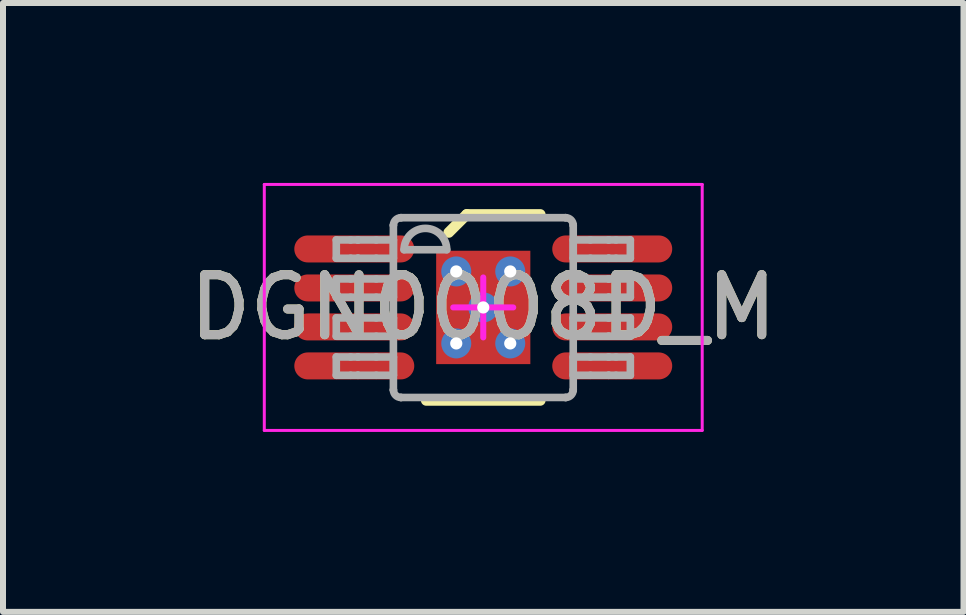
<source format=kicad_pcb>
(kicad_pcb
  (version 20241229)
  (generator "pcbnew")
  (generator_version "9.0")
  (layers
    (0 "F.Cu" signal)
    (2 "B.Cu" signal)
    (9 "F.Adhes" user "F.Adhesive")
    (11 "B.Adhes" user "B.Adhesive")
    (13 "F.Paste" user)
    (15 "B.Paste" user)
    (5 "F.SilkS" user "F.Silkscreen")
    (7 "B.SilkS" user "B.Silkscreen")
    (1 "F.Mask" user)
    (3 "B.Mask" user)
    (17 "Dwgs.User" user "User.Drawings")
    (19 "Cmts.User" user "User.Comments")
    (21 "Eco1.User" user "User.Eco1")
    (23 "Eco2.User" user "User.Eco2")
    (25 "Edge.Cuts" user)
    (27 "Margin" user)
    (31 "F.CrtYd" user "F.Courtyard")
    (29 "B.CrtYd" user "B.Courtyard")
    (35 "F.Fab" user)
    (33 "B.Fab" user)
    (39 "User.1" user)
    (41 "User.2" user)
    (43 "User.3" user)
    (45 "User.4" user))
  (footprint "DGN0008D_M"
    (layer "F.Cu")
    (at 5.006 2.075)
    (property "Reference" "DGN0008D_M" (at 0 0 0) (unlocked yes) (layer "F.SilkS") (effects (font (size 1 1) (thickness 0.15))))
    (attr smd)
    (fp_line (start -0.95 1.55) (end 0.95 1.55) (stroke (width 0.178) (type solid)) (layer "F.SilkS"))
    (fp_line (start -0.575 -1.25) (end -0.275 -1.55) (stroke (width 0.178) (type solid)) (layer "F.SilkS"))
    (fp_line (start -0.275 -1.55) (end 0.95 -1.55) (stroke (width 0.178) (type solid)) (layer "F.SilkS"))
    (fp_line (start -3.65 -2.05) (end 3.65 -2.05) (stroke (width 0.05) (type solid)) (layer "F.CrtYd"))
    (fp_line (start -3.65 2.05) (end -3.65 -2.05) (stroke (width 0.05) (type solid)) (layer "F.CrtYd"))
    (fp_line (start -3.65 2.05) (end 3.65 2.05) (stroke (width 0.05) (type solid)) (layer "F.CrtYd"))
    (fp_line (start -0.5 -0.000003) (end 0.5 -0.000003) (stroke (width 0.1) (type solid)) (layer "F.CrtYd"))
    (fp_line (start 0.000003 0.5) (end 0.000003 -0.5) (stroke (width 0.1) (type solid)) (layer "F.CrtYd"))
    (fp_line (start 3.65 2.05) (end 3.65 -2.05) (stroke (width 0.05) (type solid)) (layer "F.CrtYd"))
    (fp_line (start -2.45 -1.125) (end -2.21 -1.125) (stroke (width 0.127) (type solid)) (layer "F.Fab"))
    (fp_line (start -2.45 -0.82) (end -2.45 -1.125) (stroke (width 0.127) (type solid)) (layer "F.Fab"))
    (fp_line (start -2.45 -0.82) (end -2.21 -0.82) (stroke (width 0.127) (type solid)) (layer "F.Fab"))
    (fp_line (start -2.45 -0.475) (end -2.21 -0.475) (stroke (width 0.127) (type solid)) (layer "F.Fab"))
    (fp_line (start -2.45 -0.17) (end -2.45 -0.475) (stroke (width 0.127) (type solid)) (layer "F.Fab"))
    (fp_line (start -2.45 -0.17) (end -2.21 -0.17) (stroke (width 0.127) (type solid)) (layer "F.Fab"))
    (fp_line (start -2.45 0.175) (end -2.21 0.175) (stroke (width 0.127) (type solid)) (layer "F.Fab"))
    (fp_line (start -2.45 0.48) (end -2.45 0.175) (stroke (width 0.127) (type solid)) (layer "F.Fab"))
    (fp_line (start -2.45 0.48) (end -2.21 0.48) (stroke (width 0.127) (type solid)) (layer "F.Fab"))
    (fp_line (start -2.45 0.826) (end -2.21 0.826) (stroke (width 0.127) (type solid)) (layer "F.Fab"))
    (fp_line (start -2.45 1.131) (end -2.45 0.826) (stroke (width 0.127) (type solid)) (layer "F.Fab"))
    (fp_line (start -2.45 1.131) (end -2.21 1.131) (stroke (width 0.127) (type solid)) (layer "F.Fab"))
    (fp_line (start -2.21 -1.125) (end -2.09 -1.125) (stroke (width 0.127) (type solid)) (layer "F.Fab"))
    (fp_line (start -2.21 -0.82) (end -2.09 -0.82) (stroke (width 0.127) (type solid)) (layer "F.Fab"))
    (fp_line (start -2.21 -0.475) (end -2.09 -0.475) (stroke (width 0.127) (type solid)) (layer "F.Fab"))
    (fp_line (start -2.21 -0.17) (end -2.09 -0.17) (stroke (width 0.127) (type solid)) (layer "F.Fab"))
    (fp_line (start -2.21 0.175) (end -2.09 0.175) (stroke (width 0.127) (type solid)) (layer "F.Fab"))
    (fp_line (start -2.21 0.48) (end -2.09 0.48) (stroke (width 0.127) (type solid)) (layer "F.Fab"))
    (fp_line (start -2.21 0.826) (end -2.09 0.826) (stroke (width 0.127) (type solid)) (layer "F.Fab"))
    (fp_line (start -2.21 1.131) (end -2.09 1.131) (stroke (width 0.127) (type solid)) (layer "F.Fab"))
    (fp_line (start -2.09 -1.125) (end -2.087 -1.125) (stroke (width 0.127) (type solid)) (layer "F.Fab"))
    (fp_line (start -2.09 -0.82) (end -2.087 -0.82) (stroke (width 0.127) (type solid)) (layer "F.Fab"))
    (fp_line (start -2.09 -0.475) (end -2.087 -0.475) (stroke (width 0.127) (type solid)) (layer "F.Fab"))
    (fp_line (start -2.09 -0.17) (end -2.087 -0.17) (stroke (width 0.127) (type solid)) (layer "F.Fab"))
    (fp_line (start -2.09 0.175) (end -2.087 0.175) (stroke (width 0.127) (type solid)) (layer "F.Fab"))
    (fp_line (start -2.09 0.48) (end -2.087 0.48) (stroke (width 0.127) (type solid)) (layer "F.Fab"))
    (fp_line (start -2.09 0.826) (end -2.087 0.826) (stroke (width 0.127) (type solid)) (layer "F.Fab"))
    (fp_line (start -2.09 1.131) (end -2.087 1.131) (stroke (width 0.127) (type solid)) (layer "F.Fab"))
    (fp_line (start -2.087 -1.125) (end -1.784 -1.125) (stroke (width 0.127) (type solid)) (layer "F.Fab"))
    (fp_line (start -2.087 -0.82) (end -1.784 -0.82) (stroke (width 0.127) (type solid)) (layer "F.Fab"))
    (fp_line (start -2.087 -0.475) (end -1.784 -0.475) (stroke (width 0.127) (type solid)) (layer "F.Fab"))
    (fp_line (start -2.087 -0.17) (end -1.784 -0.17) (stroke (width 0.127) (type solid)) (layer "F.Fab"))
    (fp_line (start -2.087 0.175) (end -1.784 0.175) (stroke (width 0.127) (type solid)) (layer "F.Fab"))
    (fp_line (start -2.087 0.48) (end -1.784 0.48) (stroke (width 0.127) (type solid)) (layer "F.Fab"))
    (fp_line (start -2.087 0.826) (end -1.784 0.826) (stroke (width 0.127) (type solid)) (layer "F.Fab"))
    (fp_line (start -2.087 1.131) (end -1.784 1.131) (stroke (width 0.127) (type solid)) (layer "F.Fab"))
    (fp_line (start -1.784 -1.125) (end -1.498 -1.125) (stroke (width 0.127) (type solid)) (layer "F.Fab"))
    (fp_line (start -1.784 -0.82) (end -1.498 -0.82) (stroke (width 0.127) (type solid)) (layer "F.Fab"))
    (fp_line (start -1.784 -0.475) (end -1.498 -0.475) (stroke (width 0.127) (type solid)) (layer "F.Fab"))
    (fp_line (start -1.784 -0.17) (end -1.498 -0.17) (stroke (width 0.127) (type solid)) (layer "F.Fab"))
    (fp_line (start -1.784 0.175) (end -1.498 0.175) (stroke (width 0.127) (type solid)) (layer "F.Fab"))
    (fp_line (start -1.784 0.48) (end -1.498 0.48) (stroke (width 0.127) (type solid)) (layer "F.Fab"))
    (fp_line (start -1.784 0.826) (end -1.498 0.826) (stroke (width 0.127) (type solid)) (layer "F.Fab"))
    (fp_line (start -1.784 1.131) (end -1.498 1.131) (stroke (width 0.127) (type solid)) (layer "F.Fab"))
    (fp_line (start -1.498 -1.369) (end -1.497 -1.372) (stroke (width 0.127) (type solid)) (layer "F.Fab"))
    (fp_line (start -1.498 -0.82) (end -1.498 -1.125) (stroke (width 0.127) (type solid)) (layer "F.Fab"))
    (fp_line (start -1.498 -0.17) (end -1.498 -0.475) (stroke (width 0.127) (type solid)) (layer "F.Fab"))
    (fp_line (start -1.498 0.48) (end -1.498 0.175) (stroke (width 0.127) (type solid)) (layer "F.Fab"))
    (fp_line (start -1.498 1.131) (end -1.498 0.826) (stroke (width 0.127) (type solid)) (layer "F.Fab"))
    (fp_line (start -1.498 1.374) (end -1.498 -1.369) (stroke (width 0.127) (type solid)) (layer "F.Fab"))
    (fp_line (start -1.498 1.374) (end -1.497 1.377) (stroke (width 0.127) (type solid)) (layer "F.Fab"))
    (fp_line (start -1.373 -1.496) (end -1.371 -1.496) (stroke (width 0.127) (type solid)) (layer "F.Fab"))
    (fp_line (start -1.373 1.501) (end -1.371 1.501) (stroke (width 0.127) (type solid)) (layer "F.Fab"))
    (fp_line (start -1.371 -1.496) (end 1.373 -1.496) (stroke (width 0.127) (type solid)) (layer "F.Fab"))
    (fp_line (start -1.371 1.501) (end 1.373 1.501) (stroke (width 0.127) (type solid)) (layer "F.Fab"))
    (fp_line (start -1.32 -0.962) (end -0.609 -0.962) (stroke (width 0.127) (type solid)) (layer "F.Fab"))
    (fp_line (start 1.373 -1.496) (end 1.375 -1.496) (stroke (width 0.127) (type solid)) (layer "F.Fab"))
    (fp_line (start 1.373 1.501) (end 1.375 1.501) (stroke (width 0.127) (type solid)) (layer "F.Fab"))
    (fp_line (start 1.5 -1.372) (end 1.5 -1.369) (stroke (width 0.127) (type solid)) (layer "F.Fab"))
    (fp_line (start 1.5 1.377) (end 1.5 1.374) (stroke (width 0.127) (type solid)) (layer "F.Fab"))
    (fp_line (start 1.5 -1.125) (end 1.786 -1.125) (stroke (width 0.127) (type solid)) (layer "F.Fab"))
    (fp_line (start 1.5 -0.82) (end 1.5 -1.125) (stroke (width 0.127) (type solid)) (layer "F.Fab"))
    (fp_line (start 1.5 -0.82) (end 1.786 -0.82) (stroke (width 0.127) (type solid)) (layer "F.Fab"))
    (fp_line (start 1.5 -0.475) (end 1.786 -0.475) (stroke (width 0.127) (type solid)) (layer "F.Fab"))
    (fp_line (start 1.5 -0.17) (end 1.5 -0.475) (stroke (width 0.127) (type solid)) (layer "F.Fab"))
    (fp_line (start 1.5 -0.17) (end 1.786 -0.17) (stroke (width 0.127) (type solid)) (layer "F.Fab"))
    (fp_line (start 1.5 0.175) (end 1.786 0.175) (stroke (width 0.127) (type solid)) (layer "F.Fab"))
    (fp_line (start 1.5 0.48) (end 1.5 0.175) (stroke (width 0.127) (type solid)) (layer "F.Fab"))
    (fp_line (start 1.5 0.48) (end 1.786 0.48) (stroke (width 0.127) (type solid)) (layer "F.Fab"))
    (fp_line (start 1.5 0.826) (end 1.786 0.826) (stroke (width 0.127) (type solid)) (layer "F.Fab"))
    (fp_line (start 1.5 1.131) (end 1.5 0.826) (stroke (width 0.127) (type solid)) (layer "F.Fab"))
    (fp_line (start 1.5 1.131) (end 1.786 1.131) (stroke (width 0.127) (type solid)) (layer "F.Fab"))
    (fp_line (start 1.5 1.374) (end 1.5 -1.369) (stroke (width 0.127) (type solid)) (layer "F.Fab"))
    (fp_line (start 1.786 -1.125) (end 2.089 -1.125) (stroke (width 0.127) (type solid)) (layer "F.Fab"))
    (fp_line (start 1.786 -0.82) (end 2.089 -0.82) (stroke (width 0.127) (type solid)) (layer "F.Fab"))
    (fp_line (start 1.786 -0.475) (end 2.089 -0.475) (stroke (width 0.127) (type solid)) (layer "F.Fab"))
    (fp_line (start 1.786 -0.17) (end 2.089 -0.17) (stroke (width 0.127) (type solid)) (layer "F.Fab"))
    (fp_line (start 1.786 0.175) (end 2.089 0.175) (stroke (width 0.127) (type solid)) (layer "F.Fab"))
    (fp_line (start 1.786 0.48) (end 2.089 0.48) (stroke (width 0.127) (type solid)) (layer "F.Fab"))
    (fp_line (start 1.786 0.826) (end 2.089 0.826) (stroke (width 0.127) (type solid)) (layer "F.Fab"))
    (fp_line (start 1.786 1.131) (end 2.089 1.131) (stroke (width 0.127) (type solid)) (layer "F.Fab"))
    (fp_line (start 2.089 -1.125) (end 2.093 -1.125) (stroke (width 0.127) (type solid)) (layer "F.Fab"))
    (fp_line (start 2.089 -0.82) (end 2.093 -0.82) (stroke (width 0.127) (type solid)) (layer "F.Fab"))
    (fp_line (start 2.089 -0.475) (end 2.093 -0.475) (stroke (width 0.127) (type solid)) (layer "F.Fab"))
    (fp_line (start 2.089 -0.17) (end 2.093 -0.17) (stroke (width 0.127) (type solid)) (layer "F.Fab"))
    (fp_line (start 2.089 0.175) (end 2.093 0.175) (stroke (width 0.127) (type solid)) (layer "F.Fab"))
    (fp_line (start 2.089 0.48) (end 2.093 0.48) (stroke (width 0.127) (type solid)) (layer "F.Fab"))
    (fp_line (start 2.089 0.826) (end 2.093 0.826) (stroke (width 0.127) (type solid)) (layer "F.Fab"))
    (fp_line (start 2.089 1.131) (end 2.093 1.131) (stroke (width 0.127) (type solid)) (layer "F.Fab"))
    (fp_line (start 2.093 -1.125) (end 2.213 -1.125) (stroke (width 0.127) (type solid)) (layer "F.Fab"))
    (fp_line (start 2.093 -0.82) (end 2.213 -0.82) (stroke (width 0.127) (type solid)) (layer "F.Fab"))
    (fp_line (start 2.093 -0.475) (end 2.213 -0.475) (stroke (width 0.127) (type solid)) (layer "F.Fab"))
    (fp_line (start 2.093 -0.17) (end 2.213 -0.17) (stroke (width 0.127) (type solid)) (layer "F.Fab"))
    (fp_line (start 2.093 0.175) (end 2.213 0.175) (stroke (width 0.127) (type solid)) (layer "F.Fab"))
    (fp_line (start 2.093 0.48) (end 2.213 0.48) (stroke (width 0.127) (type solid)) (layer "F.Fab"))
    (fp_line (start 2.093 0.826) (end 2.213 0.826) (stroke (width 0.127) (type solid)) (layer "F.Fab"))
    (fp_line (start 2.093 1.131) (end 2.213 1.131) (stroke (width 0.127) (type solid)) (layer "F.Fab"))
    (fp_line (start 2.213 -1.125) (end 2.452 -1.125) (stroke (width 0.127) (type solid)) (layer "F.Fab"))
    (fp_line (start 2.213 -0.82) (end 2.452 -0.82) (stroke (width 0.127) (type solid)) (layer "F.Fab"))
    (fp_line (start 2.213 -0.475) (end 2.452 -0.475) (stroke (width 0.127) (type solid)) (layer "F.Fab"))
    (fp_line (start 2.213 -0.17) (end 2.452 -0.17) (stroke (width 0.127) (type solid)) (layer "F.Fab"))
    (fp_line (start 2.213 0.175) (end 2.452 0.175) (stroke (width 0.127) (type solid)) (layer "F.Fab"))
    (fp_line (start 2.213 0.48) (end 2.452 0.48) (stroke (width 0.127) (type solid)) (layer "F.Fab"))
    (fp_line (start 2.213 0.826) (end 2.452 0.826) (stroke (width 0.127) (type solid)) (layer "F.Fab"))
    (fp_line (start 2.213 1.131) (end 2.452 1.131) (stroke (width 0.127) (type solid)) (layer "F.Fab"))
    (fp_line (start 2.452 -0.82) (end 2.452 -1.125) (stroke (width 0.127) (type solid)) (layer "F.Fab"))
    (fp_line (start 2.452 -0.17) (end 2.452 -0.475) (stroke (width 0.127) (type solid)) (layer "F.Fab"))
    (fp_line (start 2.452 0.48) (end 2.452 0.175) (stroke (width 0.127) (type solid)) (layer "F.Fab"))
    (fp_line (start 2.452 1.131) (end 2.452 0.826) (stroke (width 0.127) (type solid)) (layer "F.Fab"))
    (fp_arc (start -1.497476 -1.371582) (mid -1.460306 -1.458644) (end -1.373243 -1.495814) (stroke (width 0.127) (type solid)) (layer "F.Fab"))
    (fp_arc (start -1.373243 1.501336) (mid -1.460306 1.464166) (end -1.497476 1.377104) (stroke (width 0.127) (type solid)) (layer "F.Fab"))
    (fp_arc (start -1.3197 -0.962439) (mid -0.9641 -1.318039) (end -0.6085 -0.962439) (stroke (width 0.127) (type solid)) (layer "F.Fab"))
    (fp_arc (start 1.375443 -1.495814) (mid 1.462505 -1.458644) (end 1.499675 -1.371582) (stroke (width 0.127) (type solid)) (layer "F.Fab"))
    (fp_arc (start 1.499675 1.377104) (mid 1.462505 1.464166) (end 1.375443 1.501336) (stroke (width 0.127) (type solid)) (layer "F.Fab"))
    (fp_text user "${REFERENCE}" (at 0 0 0) (unlocked yes) (layer "F.Fab") (effects (font (size 1 1) (thickness 0.15))))
    (pad "1" smd oval (at -2.15 -0.975 90) (size 0.45 2) (layers "F.Cu" "F.Mask" "F.Paste"))
    (pad "2" smd oval (at -2.15 -0.325 90) (size 0.45 2) (layers "F.Cu" "F.Mask" "F.Paste"))
    (pad "3" smd oval (at -2.15 0.325 90) (size 0.45 2) (layers "F.Cu" "F.Mask" "F.Paste"))
    (pad "4" smd oval (at -2.15 0.975 90) (size 0.45 2) (layers "F.Cu" "F.Mask" "F.Paste"))
    (pad "5" smd oval (at 2.15 0.975 90) (size 0.45 2) (layers "F.Cu" "F.Mask" "F.Paste"))
    (pad "6" smd oval (at 2.15 0.325 90) (size 0.45 2) (layers "F.Cu" "F.Mask" "F.Paste"))
    (pad "7" smd oval (at 2.15 -0.325 90) (size 0.45 2) (layers "F.Cu" "F.Mask" "F.Paste"))
    (pad "8" smd oval (at 2.15 -0.975 90) (size 0.45 2) (layers "F.Cu" "F.Mask" "F.Paste"))
    (pad "9" smd rect (at 0 0) (size 1.57 1.89) (layers "F.Cu" "F.Mask" "F.Paste"))
    (pad "V" thru_hole circle (at -0.45 -0.6) (size 0.5 0.5) (drill 0.203) (layers "*.Cu" "*.Mask"))
    (pad "V" thru_hole circle (at -0.45 0.6) (size 0.5 0.5) (drill 0.203) (layers "*.Cu" "*.Mask"))
    (pad "V" thru_hole circle (at 0 0) (size 0.5 0.5) (drill 0.203) (layers "*.Cu" "*.Mask"))
    (pad "V" thru_hole circle (at 0.45 -0.6) (size 0.5 0.5) (drill 0.203) (layers "*.Cu" "*.Mask"))
    (pad "V" thru_hole circle (at 0.45 0.6) (size 0.5 0.5) (drill 0.203) (layers "*.Cu" "*.Mask")))
  (gr_rect
    (start -3 -3)
    (end 13.012 7.15)
    (stroke (width 0.1) (type default))
    (fill no)
    (layer "Edge.Cuts")))
</source>
